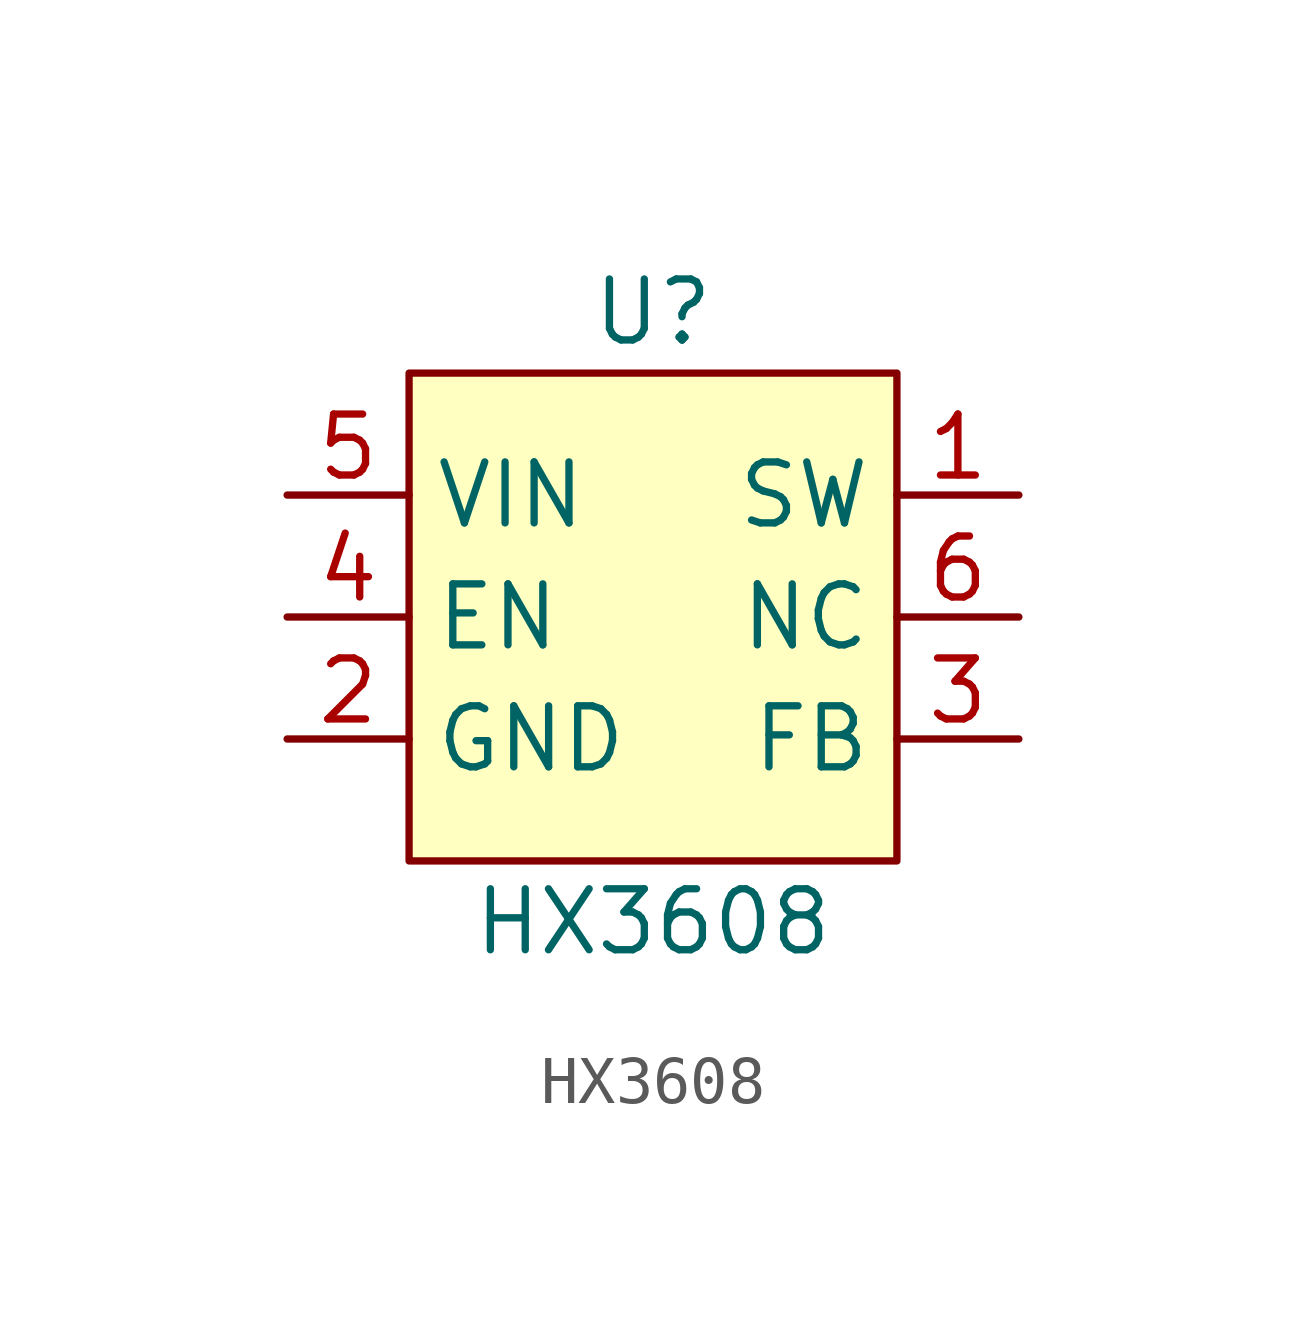
<source format=kicad_sym>
(kicad_symbol_lib
  (version 20220914)
  (generator kicad_symbol_editor)
  (symbol "HX3608"
    (property "Reference" "U"
      (at 0 6.35 0)
      (effects (font (size 1.27 1.27))))
    (property "Value" "HX3608"
      (at 0 -6.35 0)
      (effects (font (size 1.27 1.27))))
    (symbol "HX3608_1_1"
      (rectangle (start -5.08 5.08) (end 5.08 -5.08) (stroke (width 0) (type default)) (fill (type background)))
      (pin passive line (at 7.62 2.54 180) (length 2.54) (name "SW" (effects (font (size 1.27 1.27)))) (number "1" (effects (font (size 1.27 1.27)))))
      (pin passive line (at -7.62 -2.54 0) (length 2.54) (name "GND" (effects (font (size 1.27 1.27)))) (number "2" (effects (font (size 1.27 1.27)))))
      (pin passive line (at 7.62 -2.54 180) (length 2.54) (name "FB" (effects (font (size 1.27 1.27)))) (number "3" (effects (font (size 1.27 1.27)))))
      (pin passive line (at -7.62 0 0) (length 2.54) (name "EN" (effects (font (size 1.27 1.27)))) (number "4" (effects (font (size 1.27 1.27)))))
      (pin passive line (at -7.62 2.54 0) (length 2.54) (name "VIN" (effects (font (size 1.27 1.27)))) (number "5" (effects (font (size 1.27 1.27)))))
      (pin passive line (at 7.62 0 180) (length 2.54) (name "NC" (effects (font (size 1.27 1.27)))) (number "6" (effects (font (size 1.27 1.27))))))))
</source>
